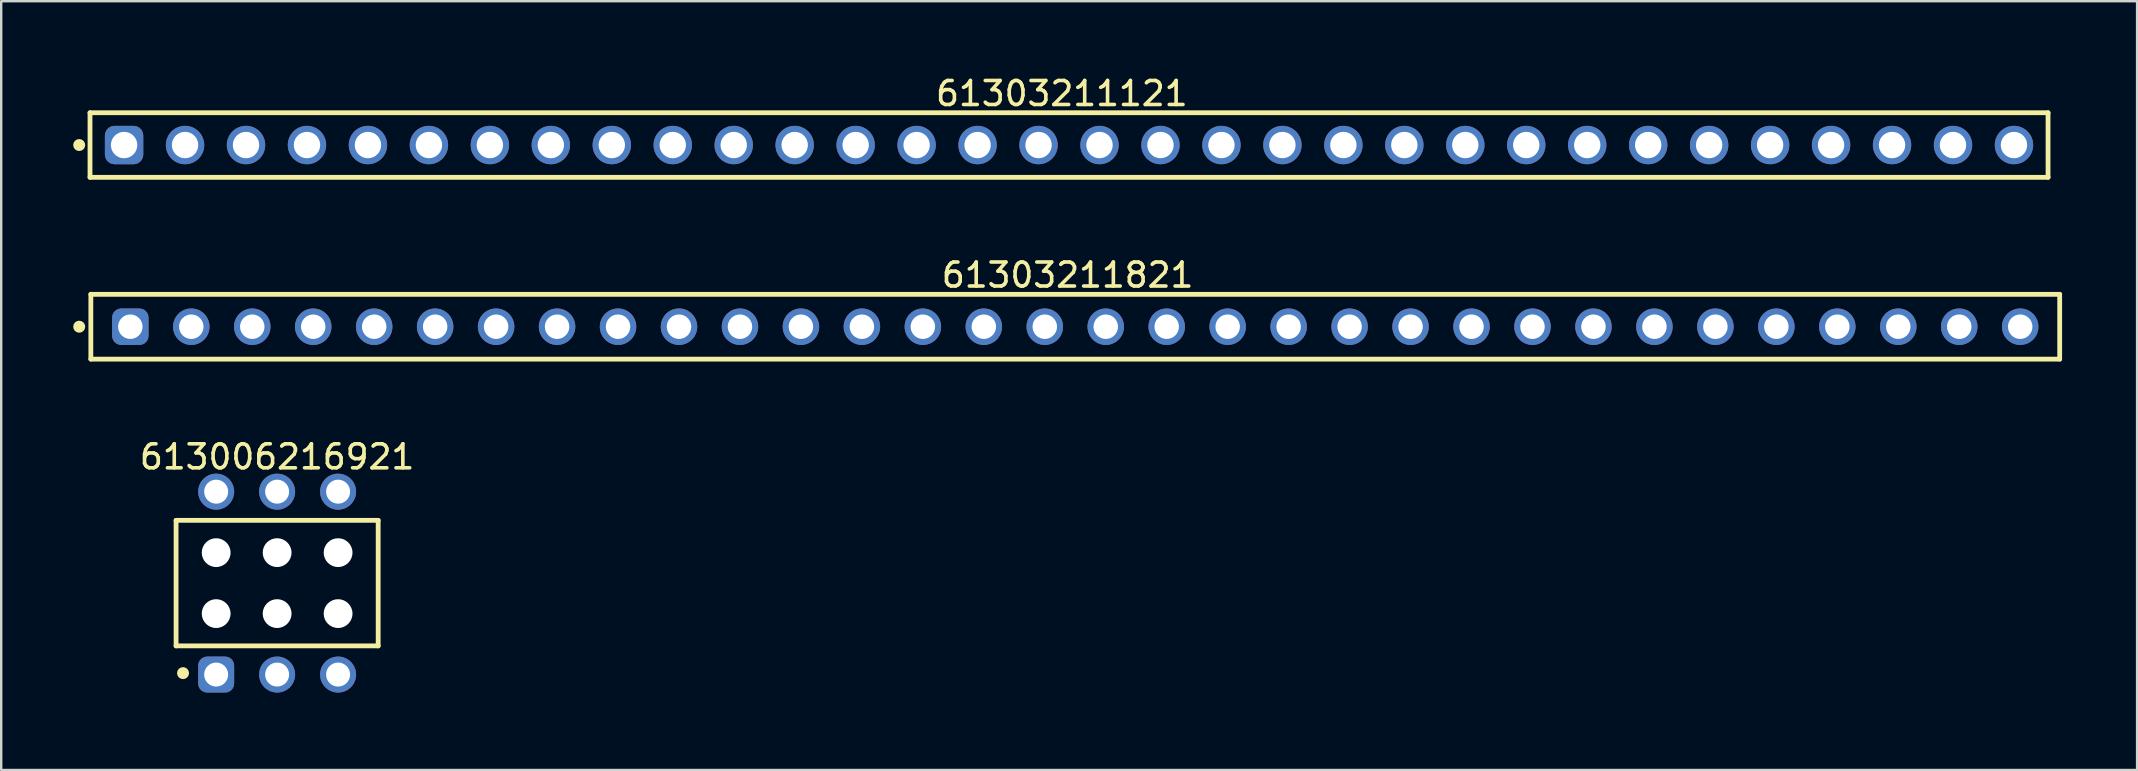
<source format=kicad_pcb>
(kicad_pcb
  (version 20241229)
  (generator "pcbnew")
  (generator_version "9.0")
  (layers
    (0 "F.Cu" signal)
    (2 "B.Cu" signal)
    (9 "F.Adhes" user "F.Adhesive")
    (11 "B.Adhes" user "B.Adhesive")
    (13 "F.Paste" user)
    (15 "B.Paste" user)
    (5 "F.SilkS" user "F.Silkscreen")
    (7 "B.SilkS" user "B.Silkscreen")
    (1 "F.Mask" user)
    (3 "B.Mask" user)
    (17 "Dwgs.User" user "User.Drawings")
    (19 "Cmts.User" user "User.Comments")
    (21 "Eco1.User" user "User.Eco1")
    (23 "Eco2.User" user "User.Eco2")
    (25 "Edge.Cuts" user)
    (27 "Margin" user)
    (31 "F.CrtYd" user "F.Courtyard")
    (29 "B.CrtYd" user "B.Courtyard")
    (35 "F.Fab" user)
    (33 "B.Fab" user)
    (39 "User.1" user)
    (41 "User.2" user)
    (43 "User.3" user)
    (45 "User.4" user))
  (footprint "61303211121"
    (layer "F.Cu")
    (at 41.49 2.993)
    (property "Reference" "61303211121" (at -0.3 -2.145 0) (layer "F.SilkS") (effects (font (size 1 1) (thickness 0.15))))
    (fp_line (start -40.79 -1.345) (end 40.79 -1.345) (stroke (width 0.2) (type solid)) (layer "F.SilkS"))
    (fp_line (start -40.79 1.345) (end -40.79 -1.345) (stroke (width 0.2) (type solid)) (layer "F.SilkS"))
    (fp_line (start -40.79 1.345) (end 40.79 1.345) (stroke (width 0.2) (type solid)) (layer "F.SilkS"))
    (fp_line (start 40.79 1.345) (end 40.79 -1.345) (stroke (width 0.2) (type solid)) (layer "F.SilkS"))
    (fp_circle (center -41.24 0) (end -41.24 -0.125) (stroke (width 0.25) (type solid)) (fill no) (layer "F.SilkS"))
    (fp_line (start -40.99 -1.545) (end 40.99 -1.545) (stroke (width 0.05) (type solid)) (layer "Eco2.User"))
    (fp_line (start -40.99 1.545) (end -40.99 -1.545) (stroke (width 0.05) (type solid)) (layer "Eco2.User"))
    (fp_line (start -40.99 1.545) (end 40.99 1.545) (stroke (width 0.05) (type solid)) (layer "Eco2.User"))
    (fp_line (start -40.64 -1.27) (end 40.64 -1.27) (stroke (width 0.1) (type solid)) (layer "Eco2.User"))
    (fp_line (start -40.64 1.27) (end -40.64 -1.27) (stroke (width 0.1) (type solid)) (layer "Eco2.User"))
    (fp_line (start -40.64 1.27) (end 40.64 1.27) (stroke (width 0.1) (type solid)) (layer "Eco2.User"))
    (fp_line (start -0.5 0) (end 0.5 0) (stroke (width 0.05) (type solid)) (layer "Eco2.User"))
    (fp_line (start 0 0.5) (end 0 -0.5) (stroke (width 0.05) (type solid)) (layer "Eco2.User"))
    (fp_line (start 40.64 1.27) (end 40.64 -1.27) (stroke (width 0.1) (type solid)) (layer "Eco2.User"))
    (fp_line (start 40.99 1.545) (end 40.99 -1.545) (stroke (width 0.05) (type solid)) (layer "Eco2.User"))
    (fp_text user "${REFERENCE}" (at 0.15 -0.197 0) (unlocked yes) (layer "User.3") (effects (font (size 1.5 1.5) (thickness 0.15))))
    (pad "1" thru_hole roundrect (at -39.37 0) (size 1.6 1.6) (drill 1.1) (layers "*.Cu" "*.Mask") (roundrect_rratio 0.25))
    (pad "2" thru_hole circle (at -36.83 0) (size 1.6 1.6) (drill 1.1) (layers "*.Cu" "*.Mask"))
    (pad "3" thru_hole circle (at -34.29 0) (size 1.6 1.6) (drill 1.1) (layers "*.Cu" "*.Mask"))
    (pad "4" thru_hole circle (at -31.75 0) (size 1.6 1.6) (drill 1.1) (layers "*.Cu" "*.Mask"))
    (pad "5" thru_hole circle (at -29.21 0) (size 1.6 1.6) (drill 1.1) (layers "*.Cu" "*.Mask"))
    (pad "6" thru_hole circle (at -26.67 0) (size 1.6 1.6) (drill 1.1) (layers "*.Cu" "*.Mask"))
    (pad "7" thru_hole circle (at -24.13 0) (size 1.6 1.6) (drill 1.1) (layers "*.Cu" "*.Mask"))
    (pad "8" thru_hole circle (at -21.59 0) (size 1.6 1.6) (drill 1.1) (layers "*.Cu" "*.Mask"))
    (pad "9" thru_hole circle (at -19.05 0) (size 1.6 1.6) (drill 1.1) (layers "*.Cu" "*.Mask"))
    (pad "10" thru_hole circle (at -16.51 0) (size 1.6 1.6) (drill 1.1) (layers "*.Cu" "*.Mask"))
    (pad "11" thru_hole circle (at -13.97 0) (size 1.6 1.6) (drill 1.1) (layers "*.Cu" "*.Mask"))
    (pad "12" thru_hole circle (at -11.43 0) (size 1.6 1.6) (drill 1.1) (layers "*.Cu" "*.Mask"))
    (pad "13" thru_hole circle (at -8.89 0) (size 1.6 1.6) (drill 1.1) (layers "*.Cu" "*.Mask"))
    (pad "14" thru_hole circle (at -6.35 0) (size 1.6 1.6) (drill 1.1) (layers "*.Cu" "*.Mask"))
    (pad "15" thru_hole circle (at -3.81 0) (size 1.6 1.6) (drill 1.1) (layers "*.Cu" "*.Mask"))
    (pad "16" thru_hole circle (at -1.27 0) (size 1.6 1.6) (drill 1.1) (layers "*.Cu" "*.Mask"))
    (pad "17" thru_hole circle (at 1.27 0) (size 1.6 1.6) (drill 1.1) (layers "*.Cu" "*.Mask"))
    (pad "18" thru_hole circle (at 3.81 0) (size 1.6 1.6) (drill 1.1) (layers "*.Cu" "*.Mask"))
    (pad "19" thru_hole circle (at 6.35 0) (size 1.6 1.6) (drill 1.1) (layers "*.Cu" "*.Mask"))
    (pad "20" thru_hole circle (at 8.89 0) (size 1.6 1.6) (drill 1.1) (layers "*.Cu" "*.Mask"))
    (pad "21" thru_hole circle (at 11.43 0) (size 1.6 1.6) (drill 1.1) (layers "*.Cu" "*.Mask"))
    (pad "22" thru_hole circle (at 13.97 0) (size 1.6 1.6) (drill 1.1) (layers "*.Cu" "*.Mask"))
    (pad "23" thru_hole circle (at 16.51 0) (size 1.6 1.6) (drill 1.1) (layers "*.Cu" "*.Mask"))
    (pad "24" thru_hole circle (at 19.05 0) (size 1.6 1.6) (drill 1.1) (layers "*.Cu" "*.Mask"))
    (pad "25" thru_hole circle (at 21.59 0) (size 1.6 1.6) (drill 1.1) (layers "*.Cu" "*.Mask"))
    (pad "26" thru_hole circle (at 24.13 0) (size 1.6 1.6) (drill 1.1) (layers "*.Cu" "*.Mask"))
    (pad "27" thru_hole circle (at 26.67 0) (size 1.6 1.6) (drill 1.1) (layers "*.Cu" "*.Mask"))
    (pad "28" thru_hole circle (at 29.21 0) (size 1.6 1.6) (drill 1.1) (layers "*.Cu" "*.Mask"))
    (pad "29" thru_hole circle (at 31.75 0) (size 1.6 1.6) (drill 1.1) (layers "*.Cu" "*.Mask"))
    (pad "30" thru_hole circle (at 34.29 0) (size 1.6 1.6) (drill 1.1) (layers "*.Cu" "*.Mask"))
    (pad "31" thru_hole circle (at 36.83 0) (size 1.6 1.6) (drill 1.1) (layers "*.Cu" "*.Mask"))
    (pad "32" thru_hole circle (at 39.37 0) (size 1.6 1.6) (drill 1.1) (layers "*.Cu" "*.Mask")))
  (footprint "613006216921"
    (layer "F.Cu")
    (at 8.496 21.245)
    (property "Reference" "613006216921" (at 0 -5.26 0) (layer "F.SilkS") (effects (font (size 1 1) (thickness 0.15))))
    (fp_line (start -4.21 -2.615) (end 4.21 -2.615) (stroke (width 0.2) (type solid)) (layer "F.SilkS"))
    (fp_line (start -4.21 2.615) (end -4.21 -2.615) (stroke (width 0.2) (type solid)) (layer "F.SilkS"))
    (fp_line (start -4.21 2.615) (end 4.21 2.615) (stroke (width 0.2) (type solid)) (layer "F.SilkS"))
    (fp_line (start 4.21 2.615) (end 4.21 -2.615) (stroke (width 0.2) (type solid)) (layer "F.SilkS"))
    (fp_circle (center -3.92 3.75) (end -3.92 3.625) (stroke (width 0.25) (type solid)) (fill no) (layer "F.SilkS"))
    (fp_line (start -4.41 -4.76) (end 4.41 -4.76) (stroke (width 0.05) (type solid)) (layer "Eco2.User"))
    (fp_line (start -4.41 4.76) (end -4.41 -4.76) (stroke (width 0.05) (type solid)) (layer "Eco2.User"))
    (fp_line (start -4.41 4.76) (end 4.41 4.76) (stroke (width 0.05) (type solid)) (layer "Eco2.User"))
    (fp_line (start -4.06 -2.54) (end 4.06 -2.54) (stroke (width 0.1) (type solid)) (layer "Eco2.User"))
    (fp_line (start -4.06 2.54) (end -4.06 -2.54) (stroke (width 0.1) (type solid)) (layer "Eco2.User"))
    (fp_line (start -4.06 2.54) (end 4.06 2.54) (stroke (width 0.1) (type solid)) (layer "Eco2.User"))
    (fp_line (start -2.94 -3.935) (end -2.14 -3.935) (stroke (width 0.1) (type solid)) (layer "Eco2.User"))
    (fp_line (start -2.94 -2.54) (end -2.94 -3.935) (stroke (width 0.1) (type solid)) (layer "Eco2.User"))
    (fp_line (start -2.94 3.935) (end -2.94 2.54) (stroke (width 0.1) (type solid)) (layer "Eco2.User"))
    (fp_line (start -2.94 3.935) (end -2.14 3.935) (stroke (width 0.1) (type solid)) (layer "Eco2.User"))
    (fp_line (start -2.14 -2.54) (end -2.14 -3.935) (stroke (width 0.1) (type solid)) (layer "Eco2.User"))
    (fp_line (start -2.14 3.935) (end -2.14 2.54) (stroke (width 0.1) (type solid)) (layer "Eco2.User"))
    (fp_line (start -0.5 0) (end 0.5 0) (stroke (width 0.05) (type solid)) (layer "Eco2.User"))
    (fp_line (start -0.4 -3.935) (end 0.4 -3.935) (stroke (width 0.1) (type solid)) (layer "Eco2.User"))
    (fp_line (start -0.4 -2.54) (end -0.4 -3.935) (stroke (width 0.1) (type solid)) (layer "Eco2.User"))
    (fp_line (start -0.4 3.935) (end -0.4 2.54) (stroke (width 0.1) (type solid)) (layer "Eco2.User"))
    (fp_line (start -0.4 3.935) (end 0.4 3.935) (stroke (width 0.1) (type solid)) (layer "Eco2.User"))
    (fp_line (start 0 0.5) (end 0 -0.5) (stroke (width 0.05) (type solid)) (layer "Eco2.User"))
    (fp_line (start 0.4 -2.54) (end 0.4 -3.935) (stroke (width 0.1) (type solid)) (layer "Eco2.User"))
    (fp_line (start 0.4 3.935) (end 0.4 2.54) (stroke (width 0.1) (type solid)) (layer "Eco2.User"))
    (fp_line (start 2.14 -3.935) (end 2.94 -3.935) (stroke (width 0.1) (type solid)) (layer "Eco2.User"))
    (fp_line (start 2.14 -2.54) (end 2.14 -3.935) (stroke (width 0.1) (type solid)) (layer "Eco2.User"))
    (fp_line (start 2.14 3.935) (end 2.14 2.54) (stroke (width 0.1) (type solid)) (layer "Eco2.User"))
    (fp_line (start 2.14 3.935) (end 2.94 3.935) (stroke (width 0.1) (type solid)) (layer "Eco2.User"))
    (fp_line (start 2.94 -2.54) (end 2.94 -3.935) (stroke (width 0.1) (type solid)) (layer "Eco2.User"))
    (fp_line (start 2.94 3.935) (end 2.94 2.54) (stroke (width 0.1) (type solid)) (layer "Eco2.User"))
    (fp_line (start 4.06 2.54) (end 4.06 -2.54) (stroke (width 0.1) (type solid)) (layer "Eco2.User"))
    (fp_line (start 4.41 4.76) (end 4.41 -4.76) (stroke (width 0.05) (type solid)) (layer "Eco2.User"))
    (fp_text user "${REFERENCE}" (at 0.15 -0.197 0) (unlocked yes) (layer "User.3") (effects (font (size 1.5 1.5) (thickness 0.15))))
    (pad "" np_thru_hole circle (at -2.54 -1.27) (size 1.2 1.2) (drill 1.2) (layers "*.Cu" "*.Mask"))
    (pad "" np_thru_hole circle (at -2.54 1.27) (size 1.2 1.2) (drill 1.2) (layers "*.Cu" "*.Mask"))
    (pad "" np_thru_hole circle (at 0 -1.27) (size 1.2 1.2) (drill 1.2) (layers "*.Cu" "*.Mask"))
    (pad "" np_thru_hole circle (at 0 1.27) (size 1.2 1.2) (drill 1.2) (layers "*.Cu" "*.Mask"))
    (pad "" np_thru_hole circle (at 2.54 -1.27) (size 1.2 1.2) (drill 1.2) (layers "*.Cu" "*.Mask"))
    (pad "" np_thru_hole circle (at 2.54 1.27) (size 1.2 1.2) (drill 1.2) (layers "*.Cu" "*.Mask"))
    (pad "1" thru_hole roundrect (at -2.54 3.81) (size 1.5 1.5) (drill 1) (layers "*.Cu" "*.Mask") (roundrect_rratio 0.25))
    (pad "2" thru_hole circle (at -2.54 -3.81) (size 1.5 1.5) (drill 1) (layers "*.Cu" "*.Mask"))
    (pad "3" thru_hole circle (at 0 3.81) (size 1.5 1.5) (drill 1) (layers "*.Cu" "*.Mask"))
    (pad "4" thru_hole circle (at 0 -3.81) (size 1.5 1.5) (drill 1) (layers "*.Cu" "*.Mask"))
    (pad "5" thru_hole circle (at 2.54 3.81) (size 1.5 1.5) (drill 1) (layers "*.Cu" "*.Mask"))
    (pad "6" thru_hole circle (at 2.54 -3.81) (size 1.5 1.5) (drill 1) (layers "*.Cu" "*.Mask")))
  (footprint "61303211821"
    (layer "F.Cu")
    (at 41.75 10.562)
    (property "Reference" "61303211821" (at -0.318 -2.15 0) (layer "F.SilkS") (effects (font (size 1 1) (thickness 0.15))))
    (fp_line (start -41.015 -1.35) (end 41.015 -1.35) (stroke (width 0.2) (type solid)) (layer "F.SilkS"))
    (fp_line (start -41.015 1.35) (end -41.015 -1.35) (stroke (width 0.2) (type solid)) (layer "F.SilkS"))
    (fp_line (start -41.015 1.35) (end 41.015 1.35) (stroke (width 0.2) (type solid)) (layer "F.SilkS"))
    (fp_line (start 41.015 1.35) (end 41.015 -1.35) (stroke (width 0.2) (type solid)) (layer "F.SilkS"))
    (fp_circle (center -41.5 0) (end -41.5 -0.125) (stroke (width 0.25) (type solid)) (fill no) (layer "F.SilkS"))
    (fp_line (start -41.215 -1.55) (end 41.215 -1.55) (stroke (width 0.05) (type solid)) (layer "Eco2.User"))
    (fp_line (start -41.215 1.55) (end -41.215 -1.55) (stroke (width 0.05) (type solid)) (layer "Eco2.User"))
    (fp_line (start -41.215 1.55) (end 41.215 1.55) (stroke (width 0.05) (type solid)) (layer "Eco2.User"))
    (fp_line (start -40.89 -1.25) (end 40.89 -1.25) (stroke (width 0.1) (type solid)) (layer "Eco2.User"))
    (fp_line (start -40.89 1.25) (end -40.89 -1.25) (stroke (width 0.1) (type solid)) (layer "Eco2.User"))
    (fp_line (start -40.89 1.25) (end 40.89 1.25) (stroke (width 0.1) (type solid)) (layer "Eco2.User"))
    (fp_line (start -0.5 0) (end 0.5 0) (stroke (width 0.05) (type solid)) (layer "Eco2.User"))
    (fp_line (start 0 0.5) (end 0 -0.5) (stroke (width 0.05) (type solid)) (layer "Eco2.User"))
    (fp_line (start 40.89 1.25) (end 40.89 -1.25) (stroke (width 0.1) (type solid)) (layer "Eco2.User"))
    (fp_line (start 41.215 1.55) (end 41.215 -1.55) (stroke (width 0.05) (type solid)) (layer "Eco2.User"))
    (fp_text user "${REFERENCE}" (at 0.15 -0.197 0) (unlocked yes) (layer "User.3") (effects (font (size 1.5 1.5) (thickness 0.15))))
    (pad "1" thru_hole roundrect (at -39.37 0) (size 1.52 1.52) (drill 1.02) (layers "*.Cu" "*.Mask") (roundrect_rratio 0.25))
    (pad "2" thru_hole circle (at -36.83 0) (size 1.52 1.52) (drill 1.02) (layers "*.Cu" "*.Mask"))
    (pad "3" thru_hole circle (at -34.29 0) (size 1.52 1.52) (drill 1.02) (layers "*.Cu" "*.Mask"))
    (pad "4" thru_hole circle (at -31.75 0) (size 1.52 1.52) (drill 1.02) (layers "*.Cu" "*.Mask"))
    (pad "5" thru_hole circle (at -29.21 0) (size 1.52 1.52) (drill 1.02) (layers "*.Cu" "*.Mask"))
    (pad "6" thru_hole circle (at -26.67 0) (size 1.52 1.52) (drill 1.02) (layers "*.Cu" "*.Mask"))
    (pad "7" thru_hole circle (at -24.13 0) (size 1.52 1.52) (drill 1.02) (layers "*.Cu" "*.Mask"))
    (pad "8" thru_hole circle (at -21.59 0) (size 1.52 1.52) (drill 1.02) (layers "*.Cu" "*.Mask"))
    (pad "9" thru_hole circle (at -19.05 0) (size 1.52 1.52) (drill 1.02) (layers "*.Cu" "*.Mask"))
    (pad "10" thru_hole circle (at -16.51 0) (size 1.52 1.52) (drill 1.02) (layers "*.Cu" "*.Mask"))
    (pad "11" thru_hole circle (at -13.97 0) (size 1.52 1.52) (drill 1.02) (layers "*.Cu" "*.Mask"))
    (pad "12" thru_hole circle (at -11.43 0) (size 1.52 1.52) (drill 1.02) (layers "*.Cu" "*.Mask"))
    (pad "13" thru_hole circle (at -8.89 0) (size 1.52 1.52) (drill 1.02) (layers "*.Cu" "*.Mask"))
    (pad "14" thru_hole circle (at -6.35 0) (size 1.52 1.52) (drill 1.02) (layers "*.Cu" "*.Mask"))
    (pad "15" thru_hole circle (at -3.81 0) (size 1.52 1.52) (drill 1.02) (layers "*.Cu" "*.Mask"))
    (pad "16" thru_hole circle (at -1.27 0) (size 1.52 1.52) (drill 1.02) (layers "*.Cu" "*.Mask"))
    (pad "17" thru_hole circle (at 1.27 0) (size 1.52 1.52) (drill 1.02) (layers "*.Cu" "*.Mask"))
    (pad "18" thru_hole circle (at 3.81 0) (size 1.52 1.52) (drill 1.02) (layers "*.Cu" "*.Mask"))
    (pad "19" thru_hole circle (at 6.35 0) (size 1.52 1.52) (drill 1.02) (layers "*.Cu" "*.Mask"))
    (pad "20" thru_hole circle (at 8.89 0) (size 1.52 1.52) (drill 1.02) (layers "*.Cu" "*.Mask"))
    (pad "21" thru_hole circle (at 11.43 0) (size 1.52 1.52) (drill 1.02) (layers "*.Cu" "*.Mask"))
    (pad "22" thru_hole circle (at 13.97 0) (size 1.52 1.52) (drill 1.02) (layers "*.Cu" "*.Mask"))
    (pad "23" thru_hole circle (at 16.51 0) (size 1.52 1.52) (drill 1.02) (layers "*.Cu" "*.Mask"))
    (pad "24" thru_hole circle (at 19.05 0) (size 1.52 1.52) (drill 1.02) (layers "*.Cu" "*.Mask"))
    (pad "25" thru_hole circle (at 21.59 0) (size 1.52 1.52) (drill 1.02) (layers "*.Cu" "*.Mask"))
    (pad "26" thru_hole circle (at 24.13 0) (size 1.52 1.52) (drill 1.02) (layers "*.Cu" "*.Mask"))
    (pad "27" thru_hole circle (at 26.67 0) (size 1.52 1.52) (drill 1.02) (layers "*.Cu" "*.Mask"))
    (pad "28" thru_hole circle (at 29.21 0) (size 1.52 1.52) (drill 1.02) (layers "*.Cu" "*.Mask"))
    (pad "29" thru_hole circle (at 31.75 0) (size 1.52 1.52) (drill 1.02) (layers "*.Cu" "*.Mask"))
    (pad "30" thru_hole circle (at 34.29 0) (size 1.52 1.52) (drill 1.02) (layers "*.Cu" "*.Mask"))
    (pad "31" thru_hole circle (at 36.83 0) (size 1.52 1.52) (drill 1.02) (layers "*.Cu" "*.Mask"))
    (pad "32" thru_hole circle (at 39.37 0) (size 1.52 1.52) (drill 1.02) (layers "*.Cu" "*.Mask")))
  (gr_rect
    (start -3 -3)
    (end 85.99 29.03)
    (stroke (width 0.1) (type default))
    (fill no)
    (layer "Edge.Cuts")))
</source>
